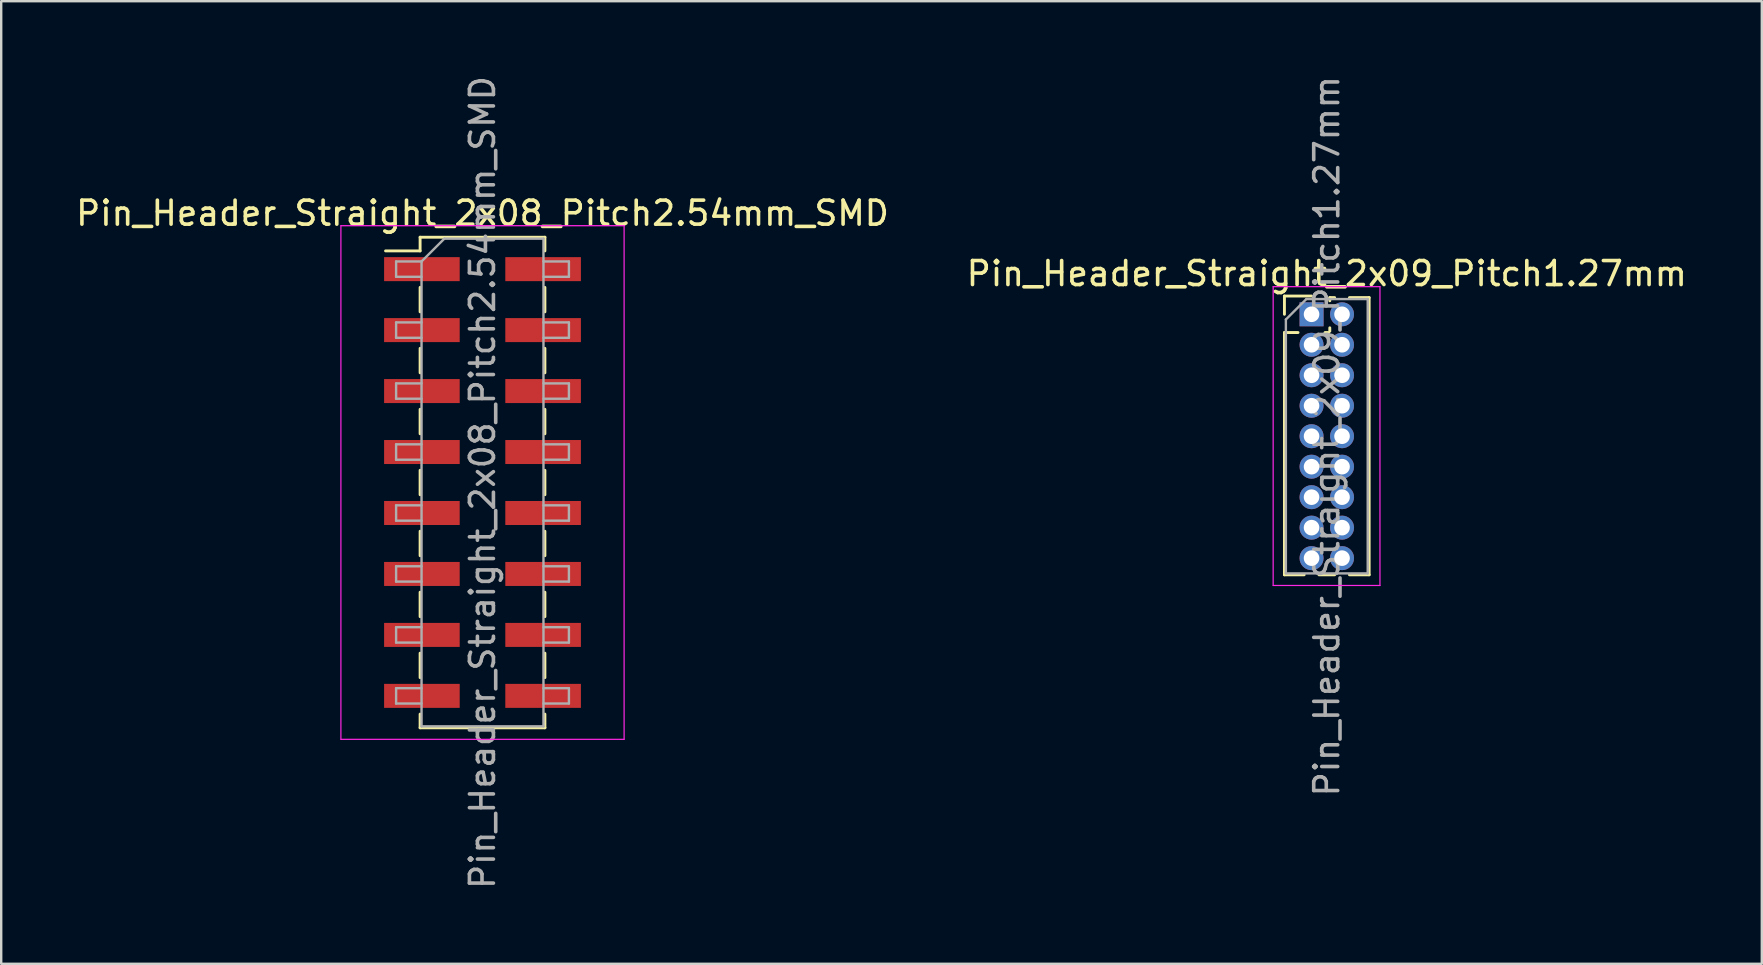
<source format=kicad_pcb>
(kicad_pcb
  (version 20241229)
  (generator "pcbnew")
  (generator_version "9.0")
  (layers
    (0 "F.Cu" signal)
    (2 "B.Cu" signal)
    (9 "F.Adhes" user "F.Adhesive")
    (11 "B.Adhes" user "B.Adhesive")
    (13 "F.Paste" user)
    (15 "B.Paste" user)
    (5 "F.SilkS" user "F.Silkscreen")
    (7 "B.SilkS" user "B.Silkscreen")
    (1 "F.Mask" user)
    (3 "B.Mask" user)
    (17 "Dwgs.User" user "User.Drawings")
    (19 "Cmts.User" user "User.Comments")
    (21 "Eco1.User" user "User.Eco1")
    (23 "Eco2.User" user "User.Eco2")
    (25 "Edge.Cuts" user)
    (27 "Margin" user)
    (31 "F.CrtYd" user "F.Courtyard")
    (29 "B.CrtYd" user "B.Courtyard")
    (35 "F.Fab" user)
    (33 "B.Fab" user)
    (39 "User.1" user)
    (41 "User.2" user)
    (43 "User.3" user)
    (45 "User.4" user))
  (footprint "Pin_Header_Straight_2x08_Pitch2.54mm_SMD"
    (layer "F.Cu")
    (at 17.054 17.054)
    (property "Reference" "Pin_Header_Straight_2x08_Pitch2.54mm_SMD" (at 0 -11.22 0) (layer "F.SilkS") (effects (font (size 1 1) (thickness 0.15))))
    (attr smd)
    (fp_line (start -4.04 -9.65) (end -2.6 -9.65) (stroke (width 0.12) (type solid)) (layer "F.SilkS"))
    (fp_line (start -2.6 -10.22) (end -2.6 -9.65) (stroke (width 0.12) (type solid)) (layer "F.SilkS"))
    (fp_line (start -2.6 -10.22) (end 2.6 -10.22) (stroke (width 0.12) (type solid)) (layer "F.SilkS"))
    (fp_line (start -2.6 -8.13) (end -2.6 -7.11) (stroke (width 0.12) (type solid)) (layer "F.SilkS"))
    (fp_line (start -2.6 -5.59) (end -2.6 -4.57) (stroke (width 0.12) (type solid)) (layer "F.SilkS"))
    (fp_line (start -2.6 -3.05) (end -2.6 -2.03) (stroke (width 0.12) (type solid)) (layer "F.SilkS"))
    (fp_line (start -2.6 -0.51) (end -2.6 0.51) (stroke (width 0.12) (type solid)) (layer "F.SilkS"))
    (fp_line (start -2.6 2.03) (end -2.6 3.05) (stroke (width 0.12) (type solid)) (layer "F.SilkS"))
    (fp_line (start -2.6 4.57) (end -2.6 5.59) (stroke (width 0.12) (type solid)) (layer "F.SilkS"))
    (fp_line (start -2.6 7.11) (end -2.6 8.13) (stroke (width 0.12) (type solid)) (layer "F.SilkS"))
    (fp_line (start -2.6 9.65) (end -2.6 10.22) (stroke (width 0.12) (type solid)) (layer "F.SilkS"))
    (fp_line (start -2.6 10.22) (end 2.6 10.22) (stroke (width 0.12) (type solid)) (layer "F.SilkS"))
    (fp_line (start 2.6 -10.22) (end 2.6 -9.65) (stroke (width 0.12) (type solid)) (layer "F.SilkS"))
    (fp_line (start 2.6 -8.13) (end 2.6 -7.11) (stroke (width 0.12) (type solid)) (layer "F.SilkS"))
    (fp_line (start 2.6 -5.59) (end 2.6 -4.57) (stroke (width 0.12) (type solid)) (layer "F.SilkS"))
    (fp_line (start 2.6 -3.05) (end 2.6 -2.03) (stroke (width 0.12) (type solid)) (layer "F.SilkS"))
    (fp_line (start 2.6 -0.51) (end 2.6 0.51) (stroke (width 0.12) (type solid)) (layer "F.SilkS"))
    (fp_line (start 2.6 2.03) (end 2.6 3.05) (stroke (width 0.12) (type solid)) (layer "F.SilkS"))
    (fp_line (start 2.6 4.57) (end 2.6 5.59) (stroke (width 0.12) (type solid)) (layer "F.SilkS"))
    (fp_line (start 2.6 7.11) (end 2.6 8.13) (stroke (width 0.12) (type solid)) (layer "F.SilkS"))
    (fp_line (start 2.6 9.65) (end 2.6 10.22) (stroke (width 0.12) (type solid)) (layer "F.SilkS"))
    (fp_line (start -5.9 -10.7) (end -5.9 10.7) (stroke (width 0.05) (type solid)) (layer "F.CrtYd"))
    (fp_line (start -5.9 10.7) (end 5.9 10.7) (stroke (width 0.05) (type solid)) (layer "F.CrtYd"))
    (fp_line (start 5.9 -10.7) (end -5.9 -10.7) (stroke (width 0.05) (type solid)) (layer "F.CrtYd"))
    (fp_line (start 5.9 10.7) (end 5.9 -10.7) (stroke (width 0.05) (type solid)) (layer "F.CrtYd"))
    (fp_line (start -3.6 -9.21) (end -3.6 -8.57) (stroke (width 0.1) (type solid)) (layer "F.Fab"))
    (fp_line (start -3.6 -8.57) (end -2.54 -8.57) (stroke (width 0.1) (type solid)) (layer "F.Fab"))
    (fp_line (start -3.6 -6.67) (end -3.6 -6.03) (stroke (width 0.1) (type solid)) (layer "F.Fab"))
    (fp_line (start -3.6 -6.03) (end -2.54 -6.03) (stroke (width 0.1) (type solid)) (layer "F.Fab"))
    (fp_line (start -3.6 -4.13) (end -3.6 -3.49) (stroke (width 0.1) (type solid)) (layer "F.Fab"))
    (fp_line (start -3.6 -3.49) (end -2.54 -3.49) (stroke (width 0.1) (type solid)) (layer "F.Fab"))
    (fp_line (start -3.6 -1.59) (end -3.6 -0.95) (stroke (width 0.1) (type solid)) (layer "F.Fab"))
    (fp_line (start -3.6 -0.95) (end -2.54 -0.95) (stroke (width 0.1) (type solid)) (layer "F.Fab"))
    (fp_line (start -3.6 0.95) (end -3.6 1.59) (stroke (width 0.1) (type solid)) (layer "F.Fab"))
    (fp_line (start -3.6 1.59) (end -2.54 1.59) (stroke (width 0.1) (type solid)) (layer "F.Fab"))
    (fp_line (start -3.6 3.49) (end -3.6 4.13) (stroke (width 0.1) (type solid)) (layer "F.Fab"))
    (fp_line (start -3.6 4.13) (end -2.54 4.13) (stroke (width 0.1) (type solid)) (layer "F.Fab"))
    (fp_line (start -3.6 6.03) (end -3.6 6.67) (stroke (width 0.1) (type solid)) (layer "F.Fab"))
    (fp_line (start -3.6 6.67) (end -2.54 6.67) (stroke (width 0.1) (type solid)) (layer "F.Fab"))
    (fp_line (start -3.6 8.57) (end -3.6 9.21) (stroke (width 0.1) (type solid)) (layer "F.Fab"))
    (fp_line (start -3.6 9.21) (end -2.54 9.21) (stroke (width 0.1) (type solid)) (layer "F.Fab"))
    (fp_line (start -2.54 -9.21) (end -3.6 -9.21) (stroke (width 0.1) (type solid)) (layer "F.Fab"))
    (fp_line (start -2.54 -9.21) (end -1.59 -10.16) (stroke (width 0.1) (type solid)) (layer "F.Fab"))
    (fp_line (start -2.54 -6.67) (end -3.6 -6.67) (stroke (width 0.1) (type solid)) (layer "F.Fab"))
    (fp_line (start -2.54 -4.13) (end -3.6 -4.13) (stroke (width 0.1) (type solid)) (layer "F.Fab"))
    (fp_line (start -2.54 -1.59) (end -3.6 -1.59) (stroke (width 0.1) (type solid)) (layer "F.Fab"))
    (fp_line (start -2.54 0.95) (end -3.6 0.95) (stroke (width 0.1) (type solid)) (layer "F.Fab"))
    (fp_line (start -2.54 3.49) (end -3.6 3.49) (stroke (width 0.1) (type solid)) (layer "F.Fab"))
    (fp_line (start -2.54 6.03) (end -3.6 6.03) (stroke (width 0.1) (type solid)) (layer "F.Fab"))
    (fp_line (start -2.54 8.57) (end -3.6 8.57) (stroke (width 0.1) (type solid)) (layer "F.Fab"))
    (fp_line (start -2.54 10.16) (end -2.54 -9.21) (stroke (width 0.1) (type solid)) (layer "F.Fab"))
    (fp_line (start -1.59 -10.16) (end 2.54 -10.16) (stroke (width 0.1) (type solid)) (layer "F.Fab"))
    (fp_line (start 2.54 -10.16) (end 2.54 10.16) (stroke (width 0.1) (type solid)) (layer "F.Fab"))
    (fp_line (start 2.54 -9.21) (end 3.6 -9.21) (stroke (width 0.1) (type solid)) (layer "F.Fab"))
    (fp_line (start 2.54 -6.67) (end 3.6 -6.67) (stroke (width 0.1) (type solid)) (layer "F.Fab"))
    (fp_line (start 2.54 -4.13) (end 3.6 -4.13) (stroke (width 0.1) (type solid)) (layer "F.Fab"))
    (fp_line (start 2.54 -1.59) (end 3.6 -1.59) (stroke (width 0.1) (type solid)) (layer "F.Fab"))
    (fp_line (start 2.54 0.95) (end 3.6 0.95) (stroke (width 0.1) (type solid)) (layer "F.Fab"))
    (fp_line (start 2.54 3.49) (end 3.6 3.49) (stroke (width 0.1) (type solid)) (layer "F.Fab"))
    (fp_line (start 2.54 6.03) (end 3.6 6.03) (stroke (width 0.1) (type solid)) (layer "F.Fab"))
    (fp_line (start 2.54 8.57) (end 3.6 8.57) (stroke (width 0.1) (type solid)) (layer "F.Fab"))
    (fp_line (start 2.54 10.16) (end -2.54 10.16) (stroke (width 0.1) (type solid)) (layer "F.Fab"))
    (fp_line (start 3.6 -9.21) (end 3.6 -8.57) (stroke (width 0.1) (type solid)) (layer "F.Fab"))
    (fp_line (start 3.6 -8.57) (end 2.54 -8.57) (stroke (width 0.1) (type solid)) (layer "F.Fab"))
    (fp_line (start 3.6 -6.67) (end 3.6 -6.03) (stroke (width 0.1) (type solid)) (layer "F.Fab"))
    (fp_line (start 3.6 -6.03) (end 2.54 -6.03) (stroke (width 0.1) (type solid)) (layer "F.Fab"))
    (fp_line (start 3.6 -4.13) (end 3.6 -3.49) (stroke (width 0.1) (type solid)) (layer "F.Fab"))
    (fp_line (start 3.6 -3.49) (end 2.54 -3.49) (stroke (width 0.1) (type solid)) (layer "F.Fab"))
    (fp_line (start 3.6 -1.59) (end 3.6 -0.95) (stroke (width 0.1) (type solid)) (layer "F.Fab"))
    (fp_line (start 3.6 -0.95) (end 2.54 -0.95) (stroke (width 0.1) (type solid)) (layer "F.Fab"))
    (fp_line (start 3.6 0.95) (end 3.6 1.59) (stroke (width 0.1) (type solid)) (layer "F.Fab"))
    (fp_line (start 3.6 1.59) (end 2.54 1.59) (stroke (width 0.1) (type solid)) (layer "F.Fab"))
    (fp_line (start 3.6 3.49) (end 3.6 4.13) (stroke (width 0.1) (type solid)) (layer "F.Fab"))
    (fp_line (start 3.6 4.13) (end 2.54 4.13) (stroke (width 0.1) (type solid)) (layer "F.Fab"))
    (fp_line (start 3.6 6.03) (end 3.6 6.67) (stroke (width 0.1) (type solid)) (layer "F.Fab"))
    (fp_line (start 3.6 6.67) (end 2.54 6.67) (stroke (width 0.1) (type solid)) (layer "F.Fab"))
    (fp_line (start 3.6 8.57) (end 3.6 9.21) (stroke (width 0.1) (type solid)) (layer "F.Fab"))
    (fp_line (start 3.6 9.21) (end 2.54 9.21) (stroke (width 0.1) (type solid)) (layer "F.Fab"))
    (fp_text user "${REFERENCE}" (at 0 0 90) (layer "F.Fab") (effects (font (size 1 1) (thickness 0.15))))
    (pad "1" smd rect (at -2.525 -8.89) (size 3.15 1) (layers "F.Cu" "F.Mask" "F.Paste"))
    (pad "2" smd rect (at 2.525 -8.89) (size 3.15 1) (layers "F.Cu" "F.Mask" "F.Paste"))
    (pad "3" smd rect (at -2.525 -6.35) (size 3.15 1) (layers "F.Cu" "F.Mask" "F.Paste"))
    (pad "4" smd rect (at 2.525 -6.35) (size 3.15 1) (layers "F.Cu" "F.Mask" "F.Paste"))
    (pad "5" smd rect (at -2.525 -3.81) (size 3.15 1) (layers "F.Cu" "F.Mask" "F.Paste"))
    (pad "6" smd rect (at 2.525 -3.81) (size 3.15 1) (layers "F.Cu" "F.Mask" "F.Paste"))
    (pad "7" smd rect (at -2.525 -1.27) (size 3.15 1) (layers "F.Cu" "F.Mask" "F.Paste"))
    (pad "8" smd rect (at 2.525 -1.27) (size 3.15 1) (layers "F.Cu" "F.Mask" "F.Paste"))
    (pad "9" smd rect (at -2.525 1.27) (size 3.15 1) (layers "F.Cu" "F.Mask" "F.Paste"))
    (pad "10" smd rect (at 2.525 1.27) (size 3.15 1) (layers "F.Cu" "F.Mask" "F.Paste"))
    (pad "11" smd rect (at -2.525 3.81) (size 3.15 1) (layers "F.Cu" "F.Mask" "F.Paste"))
    (pad "12" smd rect (at 2.525 3.81) (size 3.15 1) (layers "F.Cu" "F.Mask" "F.Paste"))
    (pad "13" smd rect (at -2.525 6.35) (size 3.15 1) (layers "F.Cu" "F.Mask" "F.Paste"))
    (pad "14" smd rect (at 2.525 6.35) (size 3.15 1) (layers "F.Cu" "F.Mask" "F.Paste"))
    (pad "15" smd rect (at -2.525 8.89) (size 3.15 1) (layers "F.Cu" "F.Mask" "F.Paste"))
    (pad "16" smd rect (at 2.525 8.89) (size 3.15 1) (layers "F.Cu" "F.Mask" "F.Paste")))
  (footprint "Pin_Header_Straight_2x09_Pitch1.27mm"
    (layer "F.Cu")
    (at 51.597 10.045)
    (property "Reference" "Pin_Header_Straight_2x09_Pitch1.27mm" (at 0.635 -1.695 0) (layer "F.SilkS") (effects (font (size 1 1) (thickness 0.15))))
    (attr through_hole)
    (fp_line (start -1.13 -0.76) (end 0 -0.76) (stroke (width 0.12) (type solid)) (layer "F.SilkS"))
    (fp_line (start -1.13 0) (end -1.13 -0.76) (stroke (width 0.12) (type solid)) (layer "F.SilkS"))
    (fp_line (start -1.13 0.76) (end -1.13 10.855) (stroke (width 0.12) (type solid)) (layer "F.SilkS"))
    (fp_line (start -1.13 0.76) (end -0.563 0.76) (stroke (width 0.12) (type solid)) (layer "F.SilkS"))
    (fp_line (start -1.13 10.855) (end -0.308 10.855) (stroke (width 0.12) (type solid)) (layer "F.SilkS"))
    (fp_line (start 0.308 10.855) (end 0.962 10.855) (stroke (width 0.12) (type solid)) (layer "F.SilkS"))
    (fp_line (start 0.563 0.76) (end 0.707 0.76) (stroke (width 0.12) (type solid)) (layer "F.SilkS"))
    (fp_line (start 0.76 -0.695) (end 0.962 -0.695) (stroke (width 0.12) (type solid)) (layer "F.SilkS"))
    (fp_line (start 0.76 -0.563) (end 0.76 -0.695) (stroke (width 0.12) (type solid)) (layer "F.SilkS"))
    (fp_line (start 0.76 0.707) (end 0.76 0.563) (stroke (width 0.12) (type solid)) (layer "F.SilkS"))
    (fp_line (start 1.578 -0.695) (end 2.4 -0.695) (stroke (width 0.12) (type solid)) (layer "F.SilkS"))
    (fp_line (start 1.578 10.855) (end 2.4 10.855) (stroke (width 0.12) (type solid)) (layer "F.SilkS"))
    (fp_line (start 2.4 -0.695) (end 2.4 10.855) (stroke (width 0.12) (type solid)) (layer "F.SilkS"))
    (fp_line (start -1.6 -1.15) (end -1.6 11.3) (stroke (width 0.05) (type solid)) (layer "F.CrtYd"))
    (fp_line (start -1.6 11.3) (end 2.85 11.3) (stroke (width 0.05) (type solid)) (layer "F.CrtYd"))
    (fp_line (start 2.85 -1.15) (end -1.6 -1.15) (stroke (width 0.05) (type solid)) (layer "F.CrtYd"))
    (fp_line (start 2.85 11.3) (end 2.85 -1.15) (stroke (width 0.05) (type solid)) (layer "F.CrtYd"))
    (fp_line (start -1.07 0.217) (end -0.217 -0.635) (stroke (width 0.1) (type solid)) (layer "F.Fab"))
    (fp_line (start -1.07 10.795) (end -1.07 0.217) (stroke (width 0.1) (type solid)) (layer "F.Fab"))
    (fp_line (start -0.217 -0.635) (end 2.34 -0.635) (stroke (width 0.1) (type solid)) (layer "F.Fab"))
    (fp_line (start 2.34 -0.635) (end 2.34 10.795) (stroke (width 0.1) (type solid)) (layer "F.Fab"))
    (fp_line (start 2.34 10.795) (end -1.07 10.795) (stroke (width 0.1) (type solid)) (layer "F.Fab"))
    (fp_text user "${REFERENCE}" (at 0.635 5.08 90) (layer "F.Fab") (effects (font (size 1 1) (thickness 0.15))))
    (pad "1" thru_hole rect (at 0 0) (size 1 1) (drill 0.65) (layers "*.Cu" "*.Mask"))
    (pad "2" thru_hole oval (at 1.27 0) (size 1 1) (drill 0.65) (layers "*.Cu" "*.Mask"))
    (pad "3" thru_hole oval (at 0 1.27) (size 1 1) (drill 0.65) (layers "*.Cu" "*.Mask"))
    (pad "4" thru_hole oval (at 1.27 1.27) (size 1 1) (drill 0.65) (layers "*.Cu" "*.Mask"))
    (pad "5" thru_hole oval (at 0 2.54) (size 1 1) (drill 0.65) (layers "*.Cu" "*.Mask"))
    (pad "6" thru_hole oval (at 1.27 2.54) (size 1 1) (drill 0.65) (layers "*.Cu" "*.Mask"))
    (pad "7" thru_hole oval (at 0 3.81) (size 1 1) (drill 0.65) (layers "*.Cu" "*.Mask"))
    (pad "8" thru_hole oval (at 1.27 3.81) (size 1 1) (drill 0.65) (layers "*.Cu" "*.Mask"))
    (pad "9" thru_hole oval (at 0 5.08) (size 1 1) (drill 0.65) (layers "*.Cu" "*.Mask"))
    (pad "10" thru_hole oval (at 1.27 5.08) (size 1 1) (drill 0.65) (layers "*.Cu" "*.Mask"))
    (pad "11" thru_hole oval (at 0 6.35) (size 1 1) (drill 0.65) (layers "*.Cu" "*.Mask"))
    (pad "12" thru_hole oval (at 1.27 6.35) (size 1 1) (drill 0.65) (layers "*.Cu" "*.Mask"))
    (pad "13" thru_hole oval (at 0 7.62) (size 1 1) (drill 0.65) (layers "*.Cu" "*.Mask"))
    (pad "14" thru_hole oval (at 1.27 7.62) (size 1 1) (drill 0.65) (layers "*.Cu" "*.Mask"))
    (pad "15" thru_hole oval (at 0 8.89) (size 1 1) (drill 0.65) (layers "*.Cu" "*.Mask"))
    (pad "16" thru_hole oval (at 1.27 8.89) (size 1 1) (drill 0.65) (layers "*.Cu" "*.Mask"))
    (pad "17" thru_hole oval (at 0 10.16) (size 1 1) (drill 0.65) (layers "*.Cu" "*.Mask"))
    (pad "18" thru_hole oval (at 1.27 10.16) (size 1 1) (drill 0.65) (layers "*.Cu" "*.Mask")))
  (gr_rect
    (start -3 -3)
    (end 70.357 37.107)
    (stroke (width 0.1) (type default))
    (fill no)
    (layer "Edge.Cuts")))
</source>
